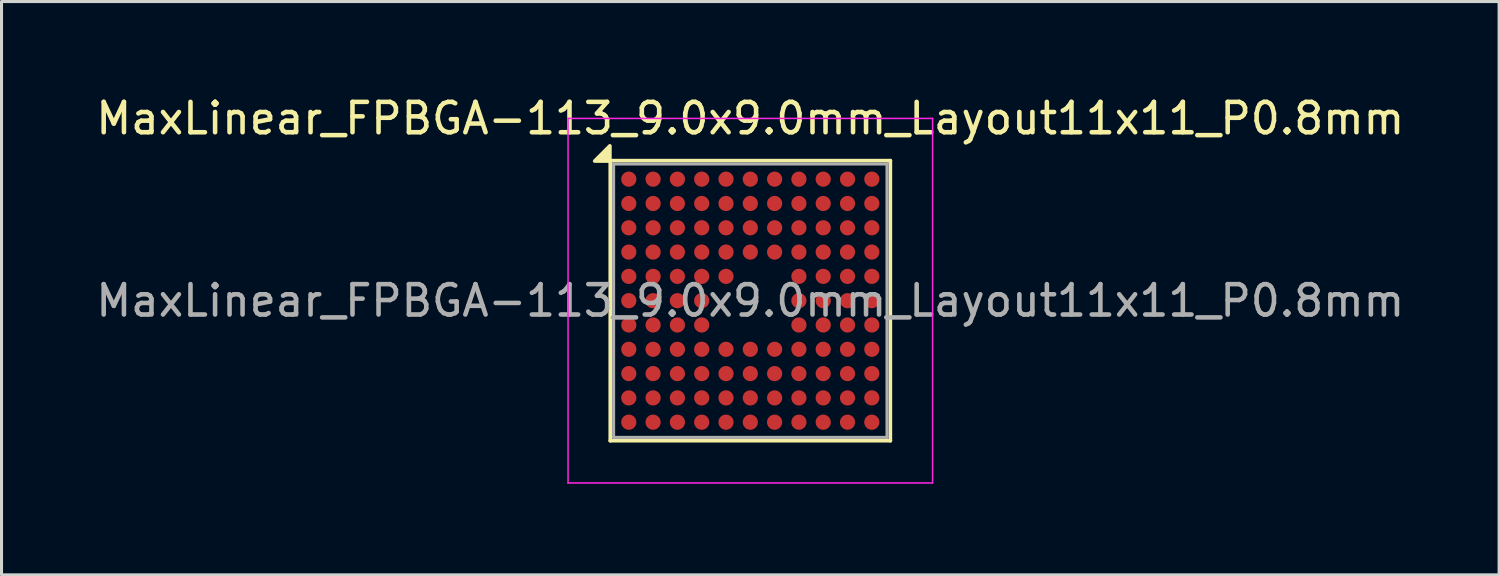
<source format=kicad_pcb>
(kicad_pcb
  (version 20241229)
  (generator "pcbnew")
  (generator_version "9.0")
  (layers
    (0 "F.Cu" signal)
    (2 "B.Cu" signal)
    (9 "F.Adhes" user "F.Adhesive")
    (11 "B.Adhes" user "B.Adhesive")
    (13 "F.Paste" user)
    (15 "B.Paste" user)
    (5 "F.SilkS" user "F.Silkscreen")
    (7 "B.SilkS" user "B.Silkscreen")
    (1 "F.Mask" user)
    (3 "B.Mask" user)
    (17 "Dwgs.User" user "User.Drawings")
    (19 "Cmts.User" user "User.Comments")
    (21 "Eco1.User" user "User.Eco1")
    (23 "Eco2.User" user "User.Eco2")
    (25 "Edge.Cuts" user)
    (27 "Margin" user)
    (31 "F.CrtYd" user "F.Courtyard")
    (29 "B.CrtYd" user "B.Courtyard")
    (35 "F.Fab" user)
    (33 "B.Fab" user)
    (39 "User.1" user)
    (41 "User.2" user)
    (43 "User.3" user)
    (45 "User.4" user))
  (footprint "MaxLinear_FPBGA-113_9.0x9.0mm_Layout11x11_P0.8mm"
    (layer "F.Cu")
    (at 21.649 6.848)
    (property "Reference" "MaxLinear_FPBGA-113_9.0x9.0mm_Layout11x11_P0.8mm" (at 0 -6 0) (layer "F.SilkS") (effects (font (size 1 1) (thickness 0.15))))
    (attr smd)
    (fp_line (start -4.61 -4.61) (end 4.61 -4.61) (stroke (width 0.12) (type solid)) (layer "F.SilkS"))
    (fp_line (start -4.61 4.61) (end -4.61 -4.61) (stroke (width 0.12) (type solid)) (layer "F.SilkS"))
    (fp_line (start 4.61 -4.61) (end 4.61 4.61) (stroke (width 0.12) (type solid)) (layer "F.SilkS"))
    (fp_line (start 4.61 4.61) (end -4.61 4.61) (stroke (width 0.12) (type solid)) (layer "F.SilkS"))
    (fp_poly (pts (xy -4.623 -4.597) (xy -5.123 -4.597) (xy -4.623 -5.097)) (stroke (width 0.12) (type solid)) (fill yes) (layer "F.SilkS"))
    (fp_line (start -6 -6) (end -6 6) (stroke (width 0.05) (type solid)) (layer "F.CrtYd"))
    (fp_line (start -6 6) (end 6 6) (stroke (width 0.05) (type solid)) (layer "F.CrtYd"))
    (fp_line (start 6 -6) (end -6 -6) (stroke (width 0.05) (type solid)) (layer "F.CrtYd"))
    (fp_line (start 6 6) (end 6 -6) (stroke (width 0.05) (type solid)) (layer "F.CrtYd"))
    (fp_line (start -4.5 -4.5) (end 4.5 -4.5) (stroke (width 0.1) (type solid)) (layer "F.Fab"))
    (fp_line (start -4.5 4.5) (end -4.5 -4.5) (stroke (width 0.1) (type solid)) (layer "F.Fab"))
    (fp_line (start 4.5 -4.5) (end 4.5 4.5) (stroke (width 0.1) (type solid)) (layer "F.Fab"))
    (fp_line (start 4.5 4.5) (end -4.5 4.5) (stroke (width 0.1) (type solid)) (layer "F.Fab"))
    (fp_text user "${REFERENCE}" (at 0 0 0) (layer "F.Fab") (effects (font (size 1 1) (thickness 0.15))))
    (pad "A1" smd circle (at -4 -4) (size 0.5 0.5) (property pad_prop_bga) (layers "F.Cu" "F.Mask" "F.Paste"))
    (pad "A2" smd circle (at -3.2 -4) (size 0.5 0.5) (property pad_prop_bga) (layers "F.Cu" "F.Mask" "F.Paste"))
    (pad "A3" smd circle (at -2.4 -4) (size 0.5 0.5) (property pad_prop_bga) (layers "F.Cu" "F.Mask" "F.Paste"))
    (pad "A4" smd circle (at -1.6 -4) (size 0.5 0.5) (property pad_prop_bga) (layers "F.Cu" "F.Mask" "F.Paste"))
    (pad "A5" smd circle (at -0.8 -4) (size 0.5 0.5) (property pad_prop_bga) (layers "F.Cu" "F.Mask" "F.Paste"))
    (pad "A6" smd circle (at 0 -4) (size 0.5 0.5) (property pad_prop_bga) (layers "F.Cu" "F.Mask" "F.Paste"))
    (pad "A7" smd circle (at 0.8 -4) (size 0.5 0.5) (property pad_prop_bga) (layers "F.Cu" "F.Mask" "F.Paste"))
    (pad "A8" smd circle (at 1.6 -4) (size 0.5 0.5) (property pad_prop_bga) (layers "F.Cu" "F.Mask" "F.Paste"))
    (pad "A9" smd circle (at 2.4 -4) (size 0.5 0.5) (property pad_prop_bga) (layers "F.Cu" "F.Mask" "F.Paste"))
    (pad "A10" smd circle (at 3.2 -4) (size 0.5 0.5) (property pad_prop_bga) (layers "F.Cu" "F.Mask" "F.Paste"))
    (pad "A11" smd circle (at 4 -4) (size 0.5 0.5) (property pad_prop_bga) (layers "F.Cu" "F.Mask" "F.Paste"))
    (pad "B1" smd circle (at -4 -3.2) (size 0.5 0.5) (property pad_prop_bga) (layers "F.Cu" "F.Mask" "F.Paste"))
    (pad "B2" smd circle (at -3.2 -3.2) (size 0.5 0.5) (property pad_prop_bga) (layers "F.Cu" "F.Mask" "F.Paste"))
    (pad "B3" smd circle (at -2.4 -3.2) (size 0.5 0.5) (property pad_prop_bga) (layers "F.Cu" "F.Mask" "F.Paste"))
    (pad "B4" smd circle (at -1.6 -3.2) (size 0.5 0.5) (property pad_prop_bga) (layers "F.Cu" "F.Mask" "F.Paste"))
    (pad "B5" smd circle (at -0.8 -3.2) (size 0.5 0.5) (property pad_prop_bga) (layers "F.Cu" "F.Mask" "F.Paste"))
    (pad "B6" smd circle (at 0 -3.2) (size 0.5 0.5) (property pad_prop_bga) (layers "F.Cu" "F.Mask" "F.Paste"))
    (pad "B7" smd circle (at 0.8 -3.2) (size 0.5 0.5) (property pad_prop_bga) (layers "F.Cu" "F.Mask" "F.Paste"))
    (pad "B8" smd circle (at 1.6 -3.2) (size 0.5 0.5) (property pad_prop_bga) (layers "F.Cu" "F.Mask" "F.Paste"))
    (pad "B9" smd circle (at 2.4 -3.2) (size 0.5 0.5) (property pad_prop_bga) (layers "F.Cu" "F.Mask" "F.Paste"))
    (pad "B10" smd circle (at 3.2 -3.2) (size 0.5 0.5) (property pad_prop_bga) (layers "F.Cu" "F.Mask" "F.Paste"))
    (pad "B11" smd circle (at 4 -3.2) (size 0.5 0.5) (property pad_prop_bga) (layers "F.Cu" "F.Mask" "F.Paste"))
    (pad "C1" smd circle (at -4 -2.4) (size 0.5 0.5) (property pad_prop_bga) (layers "F.Cu" "F.Mask" "F.Paste"))
    (pad "C2" smd circle (at -3.2 -2.4) (size 0.5 0.5) (property pad_prop_bga) (layers "F.Cu" "F.Mask" "F.Paste"))
    (pad "C3" smd circle (at -2.4 -2.4) (size 0.5 0.5) (property pad_prop_bga) (layers "F.Cu" "F.Mask" "F.Paste"))
    (pad "C4" smd circle (at -1.6 -2.4) (size 0.5 0.5) (property pad_prop_bga) (layers "F.Cu" "F.Mask" "F.Paste"))
    (pad "C5" smd circle (at -0.8 -2.4) (size 0.5 0.5) (property pad_prop_bga) (layers "F.Cu" "F.Mask" "F.Paste"))
    (pad "C6" smd circle (at 0 -2.4) (size 0.5 0.5) (property pad_prop_bga) (layers "F.Cu" "F.Mask" "F.Paste"))
    (pad "C7" smd circle (at 0.8 -2.4) (size 0.5 0.5) (property pad_prop_bga) (layers "F.Cu" "F.Mask" "F.Paste"))
    (pad "C8" smd circle (at 1.6 -2.4) (size 0.5 0.5) (property pad_prop_bga) (layers "F.Cu" "F.Mask" "F.Paste"))
    (pad "C9" smd circle (at 2.4 -2.4) (size 0.5 0.5) (property pad_prop_bga) (layers "F.Cu" "F.Mask" "F.Paste"))
    (pad "C10" smd circle (at 3.2 -2.4) (size 0.5 0.5) (property pad_prop_bga) (layers "F.Cu" "F.Mask" "F.Paste"))
    (pad "C11" smd circle (at 4 -2.4) (size 0.5 0.5) (property pad_prop_bga) (layers "F.Cu" "F.Mask" "F.Paste"))
    (pad "D1" smd circle (at -4 -1.6) (size 0.5 0.5) (property pad_prop_bga) (layers "F.Cu" "F.Mask" "F.Paste"))
    (pad "D2" smd circle (at -3.2 -1.6) (size 0.5 0.5) (property pad_prop_bga) (layers "F.Cu" "F.Mask" "F.Paste"))
    (pad "D3" smd circle (at -2.4 -1.6) (size 0.5 0.5) (property pad_prop_bga) (layers "F.Cu" "F.Mask" "F.Paste"))
    (pad "D4" smd circle (at -1.6 -1.6) (size 0.5 0.5) (property pad_prop_bga) (layers "F.Cu" "F.Mask" "F.Paste"))
    (pad "D5" smd circle (at -0.8 -1.6) (size 0.5 0.5) (property pad_prop_bga) (layers "F.Cu" "F.Mask" "F.Paste"))
    (pad "D6" smd circle (at 0 -1.6) (size 0.5 0.5) (property pad_prop_bga) (layers "F.Cu" "F.Mask" "F.Paste"))
    (pad "D7" smd circle (at 0.8 -1.6) (size 0.5 0.5) (property pad_prop_bga) (layers "F.Cu" "F.Mask" "F.Paste"))
    (pad "D8" smd circle (at 1.6 -1.6) (size 0.5 0.5) (property pad_prop_bga) (layers "F.Cu" "F.Mask" "F.Paste"))
    (pad "D9" smd circle (at 2.4 -1.6) (size 0.5 0.5) (property pad_prop_bga) (layers "F.Cu" "F.Mask" "F.Paste"))
    (pad "D10" smd circle (at 3.2 -1.6) (size 0.5 0.5) (property pad_prop_bga) (layers "F.Cu" "F.Mask" "F.Paste"))
    (pad "D11" smd circle (at 4 -1.6) (size 0.5 0.5) (property pad_prop_bga) (layers "F.Cu" "F.Mask" "F.Paste"))
    (pad "E1" smd circle (at -4 -0.8) (size 0.5 0.5) (property pad_prop_bga) (layers "F.Cu" "F.Mask" "F.Paste"))
    (pad "E2" smd circle (at -3.2 -0.8) (size 0.5 0.5) (property pad_prop_bga) (layers "F.Cu" "F.Mask" "F.Paste"))
    (pad "E3" smd circle (at -2.4 -0.8) (size 0.5 0.5) (property pad_prop_bga) (layers "F.Cu" "F.Mask" "F.Paste"))
    (pad "E4" smd circle (at -1.6 -0.8) (size 0.5 0.5) (property pad_prop_bga) (layers "F.Cu" "F.Mask" "F.Paste"))
    (pad "E5" smd circle (at -0.8 -0.8) (size 0.5 0.5) (property pad_prop_bga) (layers "F.Cu" "F.Mask" "F.Paste"))
    (pad "E8" smd circle (at 1.6 -0.8) (size 0.5 0.5) (property pad_prop_bga) (layers "F.Cu" "F.Mask" "F.Paste"))
    (pad "E9" smd circle (at 2.4 -0.8) (size 0.5 0.5) (property pad_prop_bga) (layers "F.Cu" "F.Mask" "F.Paste"))
    (pad "E10" smd circle (at 3.2 -0.8) (size 0.5 0.5) (property pad_prop_bga) (layers "F.Cu" "F.Mask" "F.Paste"))
    (pad "E11" smd circle (at 4 -0.8) (size 0.5 0.5) (property pad_prop_bga) (layers "F.Cu" "F.Mask" "F.Paste"))
    (pad "F1" smd circle (at -4 0) (size 0.5 0.5) (property pad_prop_bga) (layers "F.Cu" "F.Mask" "F.Paste"))
    (pad "F2" smd circle (at -3.2 0) (size 0.5 0.5) (property pad_prop_bga) (layers "F.Cu" "F.Mask" "F.Paste"))
    (pad "F3" smd circle (at -2.4 0) (size 0.5 0.5) (property pad_prop_bga) (layers "F.Cu" "F.Mask" "F.Paste"))
    (pad "F4" smd circle (at -1.6 0) (size 0.5 0.5) (property pad_prop_bga) (layers "F.Cu" "F.Mask" "F.Paste"))
    (pad "F8" smd circle (at 1.6 0) (size 0.5 0.5) (property pad_prop_bga) (layers "F.Cu" "F.Mask" "F.Paste"))
    (pad "F9" smd circle (at 2.4 0) (size 0.5 0.5) (property pad_prop_bga) (layers "F.Cu" "F.Mask" "F.Paste"))
    (pad "F10" smd circle (at 3.2 0) (size 0.5 0.5) (property pad_prop_bga) (layers "F.Cu" "F.Mask" "F.Paste"))
    (pad "F11" smd circle (at 4 0) (size 0.5 0.5) (property pad_prop_bga) (layers "F.Cu" "F.Mask" "F.Paste"))
    (pad "G1" smd circle (at -4 0.8) (size 0.5 0.5) (property pad_prop_bga) (layers "F.Cu" "F.Mask" "F.Paste"))
    (pad "G2" smd circle (at -3.2 0.8) (size 0.5 0.5) (property pad_prop_bga) (layers "F.Cu" "F.Mask" "F.Paste"))
    (pad "G3" smd circle (at -2.4 0.8) (size 0.5 0.5) (property pad_prop_bga) (layers "F.Cu" "F.Mask" "F.Paste"))
    (pad "G4" smd circle (at -1.6 0.8) (size 0.5 0.5) (property pad_prop_bga) (layers "F.Cu" "F.Mask" "F.Paste"))
    (pad "G8" smd circle (at 1.6 0.8) (size 0.5 0.5) (property pad_prop_bga) (layers "F.Cu" "F.Mask" "F.Paste"))
    (pad "G9" smd circle (at 2.4 0.8) (size 0.5 0.5) (property pad_prop_bga) (layers "F.Cu" "F.Mask" "F.Paste"))
    (pad "G10" smd circle (at 3.2 0.8) (size 0.5 0.5) (property pad_prop_bga) (layers "F.Cu" "F.Mask" "F.Paste"))
    (pad "G11" smd circle (at 4 0.8) (size 0.5 0.5) (property pad_prop_bga) (layers "F.Cu" "F.Mask" "F.Paste"))
    (pad "H1" smd circle (at -4 1.6) (size 0.5 0.5) (property pad_prop_bga) (layers "F.Cu" "F.Mask" "F.Paste"))
    (pad "H2" smd circle (at -3.2 1.6) (size 0.5 0.5) (property pad_prop_bga) (layers "F.Cu" "F.Mask" "F.Paste"))
    (pad "H3" smd circle (at -2.4 1.6) (size 0.5 0.5) (property pad_prop_bga) (layers "F.Cu" "F.Mask" "F.Paste"))
    (pad "H4" smd circle (at -1.6 1.6) (size 0.5 0.5) (property pad_prop_bga) (layers "F.Cu" "F.Mask" "F.Paste"))
    (pad "H5" smd circle (at -0.8 1.6) (size 0.5 0.5) (property pad_prop_bga) (layers "F.Cu" "F.Mask" "F.Paste"))
    (pad "H6" smd circle (at 0 1.6) (size 0.5 0.5) (property pad_prop_bga) (layers "F.Cu" "F.Mask" "F.Paste"))
    (pad "H7" smd circle (at 0.8 1.6) (size 0.5 0.5) (property pad_prop_bga) (layers "F.Cu" "F.Mask" "F.Paste"))
    (pad "H8" smd circle (at 1.6 1.6) (size 0.5 0.5) (property pad_prop_bga) (layers "F.Cu" "F.Mask" "F.Paste"))
    (pad "H9" smd circle (at 2.4 1.6) (size 0.5 0.5) (property pad_prop_bga) (layers "F.Cu" "F.Mask" "F.Paste"))
    (pad "H10" smd circle (at 3.2 1.6) (size 0.5 0.5) (property pad_prop_bga) (layers "F.Cu" "F.Mask" "F.Paste"))
    (pad "H11" smd circle (at 4 1.6) (size 0.5 0.5) (property pad_prop_bga) (layers "F.Cu" "F.Mask" "F.Paste"))
    (pad "J1" smd circle (at -4 2.4) (size 0.5 0.5) (property pad_prop_bga) (layers "F.Cu" "F.Mask" "F.Paste"))
    (pad "J2" smd circle (at -3.2 2.4) (size 0.5 0.5) (property pad_prop_bga) (layers "F.Cu" "F.Mask" "F.Paste"))
    (pad "J3" smd circle (at -2.4 2.4) (size 0.5 0.5) (property pad_prop_bga) (layers "F.Cu" "F.Mask" "F.Paste"))
    (pad "J4" smd circle (at -1.6 2.4) (size 0.5 0.5) (property pad_prop_bga) (layers "F.Cu" "F.Mask" "F.Paste"))
    (pad "J5" smd circle (at -0.8 2.4) (size 0.5 0.5) (property pad_prop_bga) (layers "F.Cu" "F.Mask" "F.Paste"))
    (pad "J6" smd circle (at 0 2.4) (size 0.5 0.5) (property pad_prop_bga) (layers "F.Cu" "F.Mask" "F.Paste"))
    (pad "J7" smd circle (at 0.8 2.4) (size 0.5 0.5) (property pad_prop_bga) (layers "F.Cu" "F.Mask" "F.Paste"))
    (pad "J8" smd circle (at 1.6 2.4) (size 0.5 0.5) (property pad_prop_bga) (layers "F.Cu" "F.Mask" "F.Paste"))
    (pad "J9" smd circle (at 2.4 2.4) (size 0.5 0.5) (property pad_prop_bga) (layers "F.Cu" "F.Mask" "F.Paste"))
    (pad "J10" smd circle (at 3.2 2.4) (size 0.5 0.5) (property pad_prop_bga) (layers "F.Cu" "F.Mask" "F.Paste"))
    (pad "J11" smd circle (at 4 2.4) (size 0.5 0.5) (property pad_prop_bga) (layers "F.Cu" "F.Mask" "F.Paste"))
    (pad "K1" smd circle (at -4 3.2) (size 0.5 0.5) (property pad_prop_bga) (layers "F.Cu" "F.Mask" "F.Paste"))
    (pad "K2" smd circle (at -3.2 3.2) (size 0.5 0.5) (property pad_prop_bga) (layers "F.Cu" "F.Mask" "F.Paste"))
    (pad "K3" smd circle (at -2.4 3.2) (size 0.5 0.5) (property pad_prop_bga) (layers "F.Cu" "F.Mask" "F.Paste"))
    (pad "K4" smd circle (at -1.6 3.2) (size 0.5 0.5) (property pad_prop_bga) (layers "F.Cu" "F.Mask" "F.Paste"))
    (pad "K5" smd circle (at -0.8 3.2) (size 0.5 0.5) (property pad_prop_bga) (layers "F.Cu" "F.Mask" "F.Paste"))
    (pad "K6" smd circle (at 0 3.2) (size 0.5 0.5) (property pad_prop_bga) (layers "F.Cu" "F.Mask" "F.Paste"))
    (pad "K7" smd circle (at 0.8 3.2) (size 0.5 0.5) (property pad_prop_bga) (layers "F.Cu" "F.Mask" "F.Paste"))
    (pad "K8" smd circle (at 1.6 3.2) (size 0.5 0.5) (property pad_prop_bga) (layers "F.Cu" "F.Mask" "F.Paste"))
    (pad "K9" smd circle (at 2.4 3.2) (size 0.5 0.5) (property pad_prop_bga) (layers "F.Cu" "F.Mask" "F.Paste"))
    (pad "K10" smd circle (at 3.2 3.2) (size 0.5 0.5) (property pad_prop_bga) (layers "F.Cu" "F.Mask" "F.Paste"))
    (pad "K11" smd circle (at 4 3.2) (size 0.5 0.5) (property pad_prop_bga) (layers "F.Cu" "F.Mask" "F.Paste"))
    (pad "L1" smd circle (at -4 4) (size 0.5 0.5) (property pad_prop_bga) (layers "F.Cu" "F.Mask" "F.Paste"))
    (pad "L2" smd circle (at -3.2 4) (size 0.5 0.5) (property pad_prop_bga) (layers "F.Cu" "F.Mask" "F.Paste"))
    (pad "L3" smd circle (at -2.4 4) (size 0.5 0.5) (property pad_prop_bga) (layers "F.Cu" "F.Mask" "F.Paste"))
    (pad "L4" smd circle (at -1.6 4) (size 0.5 0.5) (property pad_prop_bga) (layers "F.Cu" "F.Mask" "F.Paste"))
    (pad "L5" smd circle (at -0.8 4) (size 0.5 0.5) (property pad_prop_bga) (layers "F.Cu" "F.Mask" "F.Paste"))
    (pad "L6" smd circle (at 0 4) (size 0.5 0.5) (property pad_prop_bga) (layers "F.Cu" "F.Mask" "F.Paste"))
    (pad "L7" smd circle (at 0.8 4) (size 0.5 0.5) (property pad_prop_bga) (layers "F.Cu" "F.Mask" "F.Paste"))
    (pad "L8" smd circle (at 1.6 4) (size 0.5 0.5) (property pad_prop_bga) (layers "F.Cu" "F.Mask" "F.Paste"))
    (pad "L9" smd circle (at 2.4 4) (size 0.5 0.5) (property pad_prop_bga) (layers "F.Cu" "F.Mask" "F.Paste"))
    (pad "L10" smd circle (at 3.2 4) (size 0.5 0.5) (property pad_prop_bga) (layers "F.Cu" "F.Mask" "F.Paste"))
    (pad "L11" smd circle (at 4 4) (size 0.5 0.5) (property pad_prop_bga) (layers "F.Cu" "F.Mask" "F.Paste")))
  (gr_rect
    (start -3 -3)
    (end 46.298 15.873)
    (stroke (width 0.1) (type default))
    (fill no)
    (layer "Edge.Cuts")))
</source>
